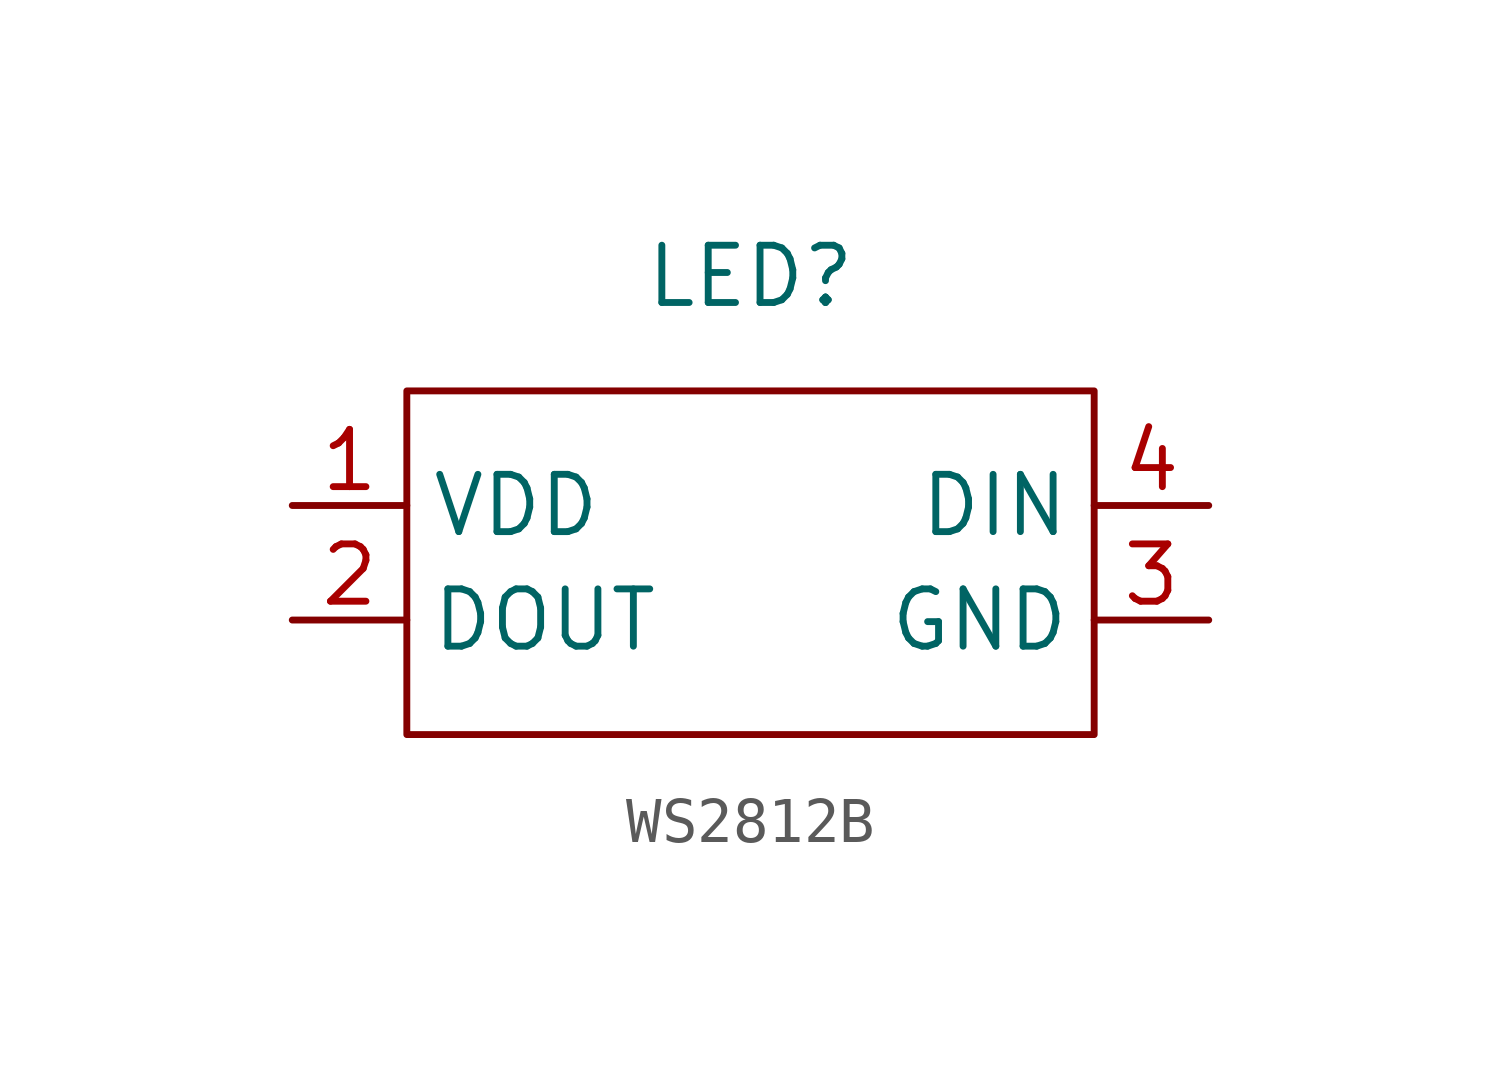
<source format=kicad_sym>
(kicad_symbol_lib
  (version 20220914)
  (generator kicad_symbol_editor)
  (symbol "WS2812B"
    (property "Reference" "LED"
      (at 0 10.16 0)
      (effects (font (size 1.27 1.27))))
    (property "Value" ""
      (at 0 10.16 0)
      (effects (font (size 1.27 1.27))))
    (symbol "WS2812B_0_1"
      (rectangle (start -7.62 7.62) (end 7.62 0) (stroke (width 0) (type default)) (fill (type none))))
    (symbol "WS2812B_1_1"
      (pin input line (at -10.16 5.08 0) (length 2.54) (name "VDD" (effects (font (size 1.27 1.27)))) (number "1" (effects (font (size 1.27 1.27)))))
      (pin input line (at -10.16 2.54 0) (length 2.54) (name "DOUT" (effects (font (size 1.27 1.27)))) (number "2" (effects (font (size 1.27 1.27)))))
      (pin input line (at 10.16 2.54 180) (length 2.54) (name "GND" (effects (font (size 1.27 1.27)))) (number "3" (effects (font (size 1.27 1.27)))))
      (pin input line (at 10.16 5.08 180) (length 2.54) (name "DIN" (effects (font (size 1.27 1.27)))) (number "4" (effects (font (size 1.27 1.27))))))))
</source>
